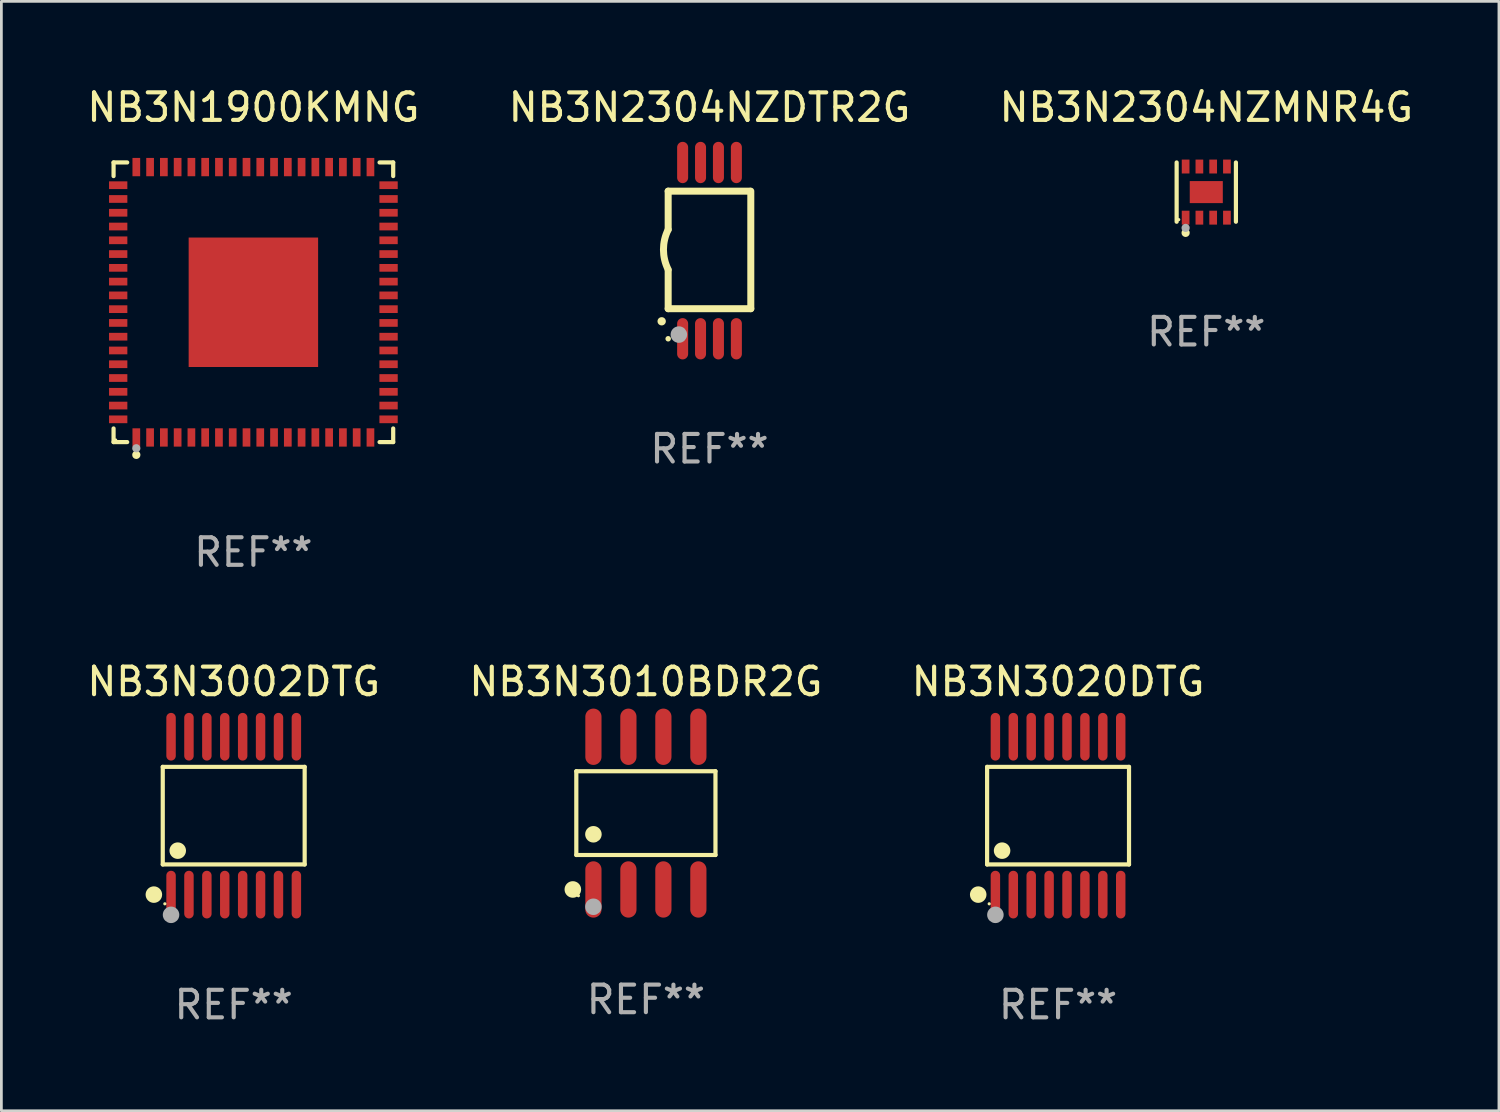
<source format=kicad_pcb>
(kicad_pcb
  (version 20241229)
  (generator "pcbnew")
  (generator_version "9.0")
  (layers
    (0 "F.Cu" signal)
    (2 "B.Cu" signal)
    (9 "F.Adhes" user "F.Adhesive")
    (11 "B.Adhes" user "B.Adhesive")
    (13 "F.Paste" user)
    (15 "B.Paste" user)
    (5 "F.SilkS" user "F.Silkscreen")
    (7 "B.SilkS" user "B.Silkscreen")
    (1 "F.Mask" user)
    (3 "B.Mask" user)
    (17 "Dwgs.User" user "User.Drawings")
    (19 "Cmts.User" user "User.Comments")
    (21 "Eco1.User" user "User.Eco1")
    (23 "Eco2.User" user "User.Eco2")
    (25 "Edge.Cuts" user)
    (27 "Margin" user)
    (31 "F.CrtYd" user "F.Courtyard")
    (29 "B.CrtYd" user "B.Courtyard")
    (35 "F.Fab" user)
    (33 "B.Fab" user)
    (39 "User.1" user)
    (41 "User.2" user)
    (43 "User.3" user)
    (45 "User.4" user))
  (footprint "NB3N2304NZDTR2G"
    (layer "F.Cu")
    (at 22.708 6.049)
    (property "Reference" "NB3N2304NZDTR2G" (at 0 -5.2 0) (layer "F.SilkS") (effects (font (size 1 1) (thickness 0.15))))
    (attr through_hole)
    (fp_line (start -1.5 -0.762) (end -1.5 -2.159) (stroke (width 0.254) (type solid)) (layer "F.SilkS"))
    (fp_line (start -1.5 2.108) (end -1.5 0.711) (stroke (width 0.254) (type solid)) (layer "F.SilkS"))
    (fp_line (start -1.5 2.108) (end 1.5 2.108) (stroke (width 0.254) (type solid)) (layer "F.SilkS"))
    (fp_line (start 1.463 -2.159) (end -1.5 -2.159) (stroke (width 0.254) (type solid)) (layer "F.SilkS"))
    (fp_line (start 1.5 2.108) (end 1.5 -2.159) (stroke (width 0.254) (type solid)) (layer "F.SilkS"))
    (fp_arc (start -1.737287 2.565405) (mid -1.736017 2.5654) (end -1.734747 2.565405) (stroke (width 0.3) (type solid)) (layer "F.SilkS"))
    (fp_arc (start -1.500076 0.685801) (mid -1.670966 -0.0381) (end -1.500076 -0.762002) (stroke (width 0.254001) (type solid)) (layer "F.SilkS"))
    (fp_circle (center -1.5 3.2) (end -1.45 3.2) (stroke (width 0.1) (type solid)) (fill no) (layer "F.SilkS"))
    (fp_circle (center -1.112 3.048) (end -0.962 3.048) (stroke (width 0.3) (type solid)) (fill no) (layer "F.Fab"))
    (fp_text user "REF**" (at 0 7.2 0) (layer "F.Fab") (effects (font (size 1 1) (thickness 0.15))))
    (pad "1" smd oval (at -0.975 3.2 180) (size 0.4 1.5) (layers "F.Cu" "F.Mask" "F.Paste"))
    (pad "2" smd oval (at -0.325 3.2 180) (size 0.4 1.5) (layers "F.Cu" "F.Mask" "F.Paste"))
    (pad "3" smd oval (at 0.325 3.2 180) (size 0.4 1.5) (layers "F.Cu" "F.Mask" "F.Paste"))
    (pad "4" smd oval (at 0.976 3.2 180) (size 0.4 1.5) (layers "F.Cu" "F.Mask" "F.Paste"))
    (pad "5" smd oval (at 0.976 -3.2 180) (size 0.4 1.5) (layers "F.Cu" "F.Mask" "F.Paste"))
    (pad "6" smd oval (at 0.325 -3.2 180) (size 0.4 1.5) (layers "F.Cu" "F.Mask" "F.Paste"))
    (pad "7" smd oval (at -0.325 -3.2 180) (size 0.4 1.5) (layers "F.Cu" "F.Mask" "F.Paste"))
    (pad "8" smd oval (at -0.975 -3.2 180) (size 0.4 1.5) (layers "F.Cu" "F.Mask" "F.Paste")))
  (footprint "NB3N3002DTG"
    (layer "F.Cu")
    (at 5.435 26.563)
    (property "Reference" "NB3N3002DTG" (at 0 -4.866 0) (layer "F.SilkS") (effects (font (size 1 1) (thickness 0.15))))
    (attr through_hole)
    (fp_line (start -2.576 -1.772) (end 2.576 -1.772) (stroke (width 0.152) (type solid)) (layer "F.SilkS"))
    (fp_line (start -2.576 1.771) (end -2.576 -1.772) (stroke (width 0.152) (type solid)) (layer "F.SilkS"))
    (fp_line (start 2.576 -1.772) (end 2.576 1.771) (stroke (width 0.152) (type solid)) (layer "F.SilkS"))
    (fp_line (start 2.576 1.771) (end -2.576 1.771) (stroke (width 0.152) (type solid)) (layer "F.SilkS"))
    (fp_circle (center -2.899 2.866) (end -2.749 2.866) (stroke (width 0.3) (type solid)) (fill no) (layer "F.SilkS"))
    (fp_circle (center -2.5 3.2) (end -2.47 3.2) (stroke (width 0.06) (type solid)) (fill no) (layer "F.SilkS"))
    (fp_circle (center -2.032 1.27) (end -1.882 1.27) (stroke (width 0.3) (type solid)) (fill no) (layer "F.SilkS"))
    (fp_circle (center -2.275 3.6) (end -2.125 3.6) (stroke (width 0.3) (type solid)) (fill no) (layer "F.Fab"))
    (fp_text user "REF**" (at 0 6.866 0) (layer "F.Fab") (effects (font (size 1 1) (thickness 0.15))))
    (pad "1" smd oval (at -2.275 2.866) (size 0.343 1.731) (layers "F.Cu" "F.Mask" "F.Paste"))
    (pad "2" smd oval (at -1.625 2.866) (size 0.343 1.731) (layers "F.Cu" "F.Mask" "F.Paste"))
    (pad "3" smd oval (at -0.975 2.866) (size 0.343 1.731) (layers "F.Cu" "F.Mask" "F.Paste"))
    (pad "4" smd oval (at -0.325 2.866) (size 0.343 1.731) (layers "F.Cu" "F.Mask" "F.Paste"))
    (pad "5" smd oval (at 0.325 2.866) (size 0.343 1.731) (layers "F.Cu" "F.Mask" "F.Paste"))
    (pad "6" smd oval (at 0.975 2.866) (size 0.343 1.731) (layers "F.Cu" "F.Mask" "F.Paste"))
    (pad "7" smd oval (at 1.625 2.866) (size 0.343 1.731) (layers "F.Cu" "F.Mask" "F.Paste"))
    (pad "8" smd oval (at 2.275 2.866) (size 0.343 1.731) (layers "F.Cu" "F.Mask" "F.Paste"))
    (pad "9" smd oval (at 2.275 -2.866) (size 0.343 1.731) (layers "F.Cu" "F.Mask" "F.Paste"))
    (pad "10" smd oval (at 1.625 -2.866) (size 0.343 1.731) (layers "F.Cu" "F.Mask" "F.Paste"))
    (pad "11" smd oval (at 0.975 -2.866) (size 0.343 1.731) (layers "F.Cu" "F.Mask" "F.Paste"))
    (pad "12" smd oval (at 0.325 -2.866) (size 0.343 1.731) (layers "F.Cu" "F.Mask" "F.Paste"))
    (pad "13" smd oval (at -0.325 -2.866) (size 0.343 1.731) (layers "F.Cu" "F.Mask" "F.Paste"))
    (pad "14" smd oval (at -0.975 -2.866) (size 0.343 1.731) (layers "F.Cu" "F.Mask" "F.Paste"))
    (pad "15" smd oval (at -1.625 -2.866) (size 0.343 1.731) (layers "F.Cu" "F.Mask" "F.Paste"))
    (pad "16" smd oval (at -2.275 -2.866) (size 0.343 1.731) (layers "F.Cu" "F.Mask" "F.Paste")))
  (footprint "NB3N3020DTG"
    (layer "F.Cu")
    (at 35.363 26.563)
    (property "Reference" "NB3N3020DTG" (at 0 -4.866 0) (layer "F.SilkS") (effects (font (size 1 1) (thickness 0.15))))
    (attr through_hole)
    (fp_line (start -2.576 -1.772) (end 2.576 -1.772) (stroke (width 0.152) (type solid)) (layer "F.SilkS"))
    (fp_line (start -2.576 1.771) (end -2.576 -1.772) (stroke (width 0.152) (type solid)) (layer "F.SilkS"))
    (fp_line (start 2.576 -1.772) (end 2.576 1.771) (stroke (width 0.152) (type solid)) (layer "F.SilkS"))
    (fp_line (start 2.576 1.771) (end -2.576 1.771) (stroke (width 0.152) (type solid)) (layer "F.SilkS"))
    (fp_circle (center -2.899 2.866) (end -2.749 2.866) (stroke (width 0.3) (type solid)) (fill no) (layer "F.SilkS"))
    (fp_circle (center -2.5 3.2) (end -2.47 3.2) (stroke (width 0.06) (type solid)) (fill no) (layer "F.SilkS"))
    (fp_circle (center -2.032 1.27) (end -1.882 1.27) (stroke (width 0.3) (type solid)) (fill no) (layer "F.SilkS"))
    (fp_circle (center -2.275 3.6) (end -2.125 3.6) (stroke (width 0.3) (type solid)) (fill no) (layer "F.Fab"))
    (fp_text user "REF**" (at 0 6.866 0) (layer "F.Fab") (effects (font (size 1 1) (thickness 0.15))))
    (pad "1" smd oval (at -2.275 2.866) (size 0.343 1.731) (layers "F.Cu" "F.Mask" "F.Paste"))
    (pad "2" smd oval (at -1.625 2.866) (size 0.343 1.731) (layers "F.Cu" "F.Mask" "F.Paste"))
    (pad "3" smd oval (at -0.975 2.866) (size 0.343 1.731) (layers "F.Cu" "F.Mask" "F.Paste"))
    (pad "4" smd oval (at -0.325 2.866) (size 0.343 1.731) (layers "F.Cu" "F.Mask" "F.Paste"))
    (pad "5" smd oval (at 0.325 2.866) (size 0.343 1.731) (layers "F.Cu" "F.Mask" "F.Paste"))
    (pad "6" smd oval (at 0.975 2.866) (size 0.343 1.731) (layers "F.Cu" "F.Mask" "F.Paste"))
    (pad "7" smd oval (at 1.625 2.866) (size 0.343 1.731) (layers "F.Cu" "F.Mask" "F.Paste"))
    (pad "8" smd oval (at 2.275 2.866) (size 0.343 1.731) (layers "F.Cu" "F.Mask" "F.Paste"))
    (pad "9" smd oval (at 2.275 -2.866) (size 0.343 1.731) (layers "F.Cu" "F.Mask" "F.Paste"))
    (pad "10" smd oval (at 1.625 -2.866) (size 0.343 1.731) (layers "F.Cu" "F.Mask" "F.Paste"))
    (pad "11" smd oval (at 0.975 -2.866) (size 0.343 1.731) (layers "F.Cu" "F.Mask" "F.Paste"))
    (pad "12" smd oval (at 0.325 -2.866) (size 0.343 1.731) (layers "F.Cu" "F.Mask" "F.Paste"))
    (pad "13" smd oval (at -0.325 -2.866) (size 0.343 1.731) (layers "F.Cu" "F.Mask" "F.Paste"))
    (pad "14" smd oval (at -0.975 -2.866) (size 0.343 1.731) (layers "F.Cu" "F.Mask" "F.Paste"))
    (pad "15" smd oval (at -1.625 -2.866) (size 0.343 1.731) (layers "F.Cu" "F.Mask" "F.Paste"))
    (pad "16" smd oval (at -2.275 -2.866) (size 0.343 1.731) (layers "F.Cu" "F.Mask" "F.Paste")))
  (footprint "NB3N2304NZMNR4G"
    (layer "F.Cu")
    (at 40.744 3.924)
    (property "Reference" "NB3N2304NZMNR4G" (at 0 -3.076 0) (layer "F.SilkS") (effects (font (size 1 1) (thickness 0.15))))
    (attr through_hole)
    (fp_line (start -1.076 1.076) (end -1.076 -1.076) (stroke (width 0.152) (type solid)) (layer "F.SilkS"))
    (fp_line (start 1.076 1.076) (end 1.076 -1.076) (stroke (width 0.152) (type solid)) (layer "F.SilkS"))
    (fp_circle (center -1 1) (end -0.97 1) (stroke (width 0.06) (type solid)) (fill no) (layer "F.SilkS"))
    (fp_circle (center -0.75 1.48) (end -0.675 1.48) (stroke (width 0.15) (type solid)) (fill no) (layer "F.SilkS"))
    (fp_circle (center -0.75 1.3) (end -0.675 1.3) (stroke (width 0.15) (type solid)) (fill no) (layer "F.Fab"))
    (fp_text user "REF**" (at 0 5.076 0) (layer "F.Fab") (effects (font (size 1 1) (thickness 0.15))))
    (pad "1" smd rect (at -0.75 0.928) (size 0.28 0.505) (layers "F.Cu" "F.Mask" "F.Paste"))
    (pad "2" smd rect (at -0.25 0.928) (size 0.28 0.505) (layers "F.Cu" "F.Mask" "F.Paste"))
    (pad "3" smd rect (at 0.25 0.928) (size 0.28 0.505) (layers "F.Cu" "F.Mask" "F.Paste"))
    (pad "4" smd rect (at 0.75 0.928) (size 0.28 0.505) (layers "F.Cu" "F.Mask" "F.Paste"))
    (pad "5" smd rect (at 0.75 -0.928) (size 0.28 0.505) (layers "F.Cu" "F.Mask" "F.Paste"))
    (pad "6" smd rect (at 0.25 -0.928) (size 0.28 0.505) (layers "F.Cu" "F.Mask" "F.Paste"))
    (pad "7" smd rect (at -0.25 -0.928) (size 0.28 0.505) (layers "F.Cu" "F.Mask" "F.Paste"))
    (pad "8" smd rect (at -0.75 -0.928) (size 0.28 0.505) (layers "F.Cu" "F.Mask" "F.Paste"))
    (pad "9" smd rect (at 0 0) (size 1.2 0.8) (layers "F.Cu" "F.Mask" "F.Paste")))
  (footprint "NB3N3010BDR2G"
    (layer "F.Cu")
    (at 20.399 26.47)
    (property "Reference" "NB3N3010BDR2G" (at 0 -4.772 0) (layer "F.SilkS") (effects (font (size 1 1) (thickness 0.15))))
    (attr through_hole)
    (fp_line (start -2.526 -1.521) (end 2.526 -1.521) (stroke (width 0.152) (type solid)) (layer "F.SilkS"))
    (fp_line (start -2.526 1.521) (end -2.526 -1.521) (stroke (width 0.152) (type solid)) (layer "F.SilkS"))
    (fp_line (start 2.526 -1.521) (end 2.526 1.521) (stroke (width 0.152) (type solid)) (layer "F.SilkS"))
    (fp_line (start 2.526 1.521) (end -2.526 1.521) (stroke (width 0.152) (type solid)) (layer "F.SilkS"))
    (fp_circle (center -2.652 2.772) (end -2.501 2.772) (stroke (width 0.3) (type solid)) (fill no) (layer "F.SilkS"))
    (fp_circle (center -2.45 3) (end -2.42 3) (stroke (width 0.06) (type solid)) (fill no) (layer "F.SilkS"))
    (fp_circle (center -1.905 0.769) (end -1.755 0.769) (stroke (width 0.3) (type solid)) (fill no) (layer "F.SilkS"))
    (fp_circle (center -1.905 3.4) (end -1.755 3.4) (stroke (width 0.3) (type solid)) (fill no) (layer "F.Fab"))
    (fp_text user "REF**" (at 0 6.772 0) (layer "F.Fab") (effects (font (size 1 1) (thickness 0.15))))
    (pad "1" smd oval (at -1.905 2.772) (size 0.588 2.045) (layers "F.Cu" "F.Mask" "F.Paste"))
    (pad "2" smd oval (at -0.635 2.772) (size 0.588 2.045) (layers "F.Cu" "F.Mask" "F.Paste"))
    (pad "3" smd oval (at 0.635 2.772) (size 0.588 2.045) (layers "F.Cu" "F.Mask" "F.Paste"))
    (pad "4" smd oval (at 1.905 2.772) (size 0.588 2.045) (layers "F.Cu" "F.Mask" "F.Paste"))
    (pad "5" smd oval (at 1.905 -2.772) (size 0.588 2.045) (layers "F.Cu" "F.Mask" "F.Paste"))
    (pad "6" smd oval (at 0.635 -2.772) (size 0.588 2.045) (layers "F.Cu" "F.Mask" "F.Paste"))
    (pad "7" smd oval (at -0.635 -2.772) (size 0.588 2.045) (layers "F.Cu" "F.Mask" "F.Paste"))
    (pad "8" smd oval (at -1.905 -2.772) (size 0.588 2.045) (layers "F.Cu" "F.Mask" "F.Paste")))
  (footprint "NB3N1900KMNG"
    (layer "F.Cu")
    (at 6.149 7.924)
    (property "Reference" "NB3N1900KMNG" (at 0 -7.076 0) (layer "F.SilkS") (effects (font (size 1 1) (thickness 0.15))))
    (attr through_hole)
    (fp_line (start -5.076 -5.076) (end -4.581 -5.076) (stroke (width 0.152) (type solid)) (layer "F.SilkS"))
    (fp_line (start -5.076 -4.581) (end -5.076 -5.076) (stroke (width 0.152) (type solid)) (layer "F.SilkS"))
    (fp_line (start -5.076 4.581) (end -5.076 5.076) (stroke (width 0.152) (type solid)) (layer "F.SilkS"))
    (fp_line (start -5.076 5.076) (end -4.581 5.076) (stroke (width 0.152) (type solid)) (layer "F.SilkS"))
    (fp_line (start 5.076 -5.076) (end 4.581 -5.076) (stroke (width 0.152) (type solid)) (layer "F.SilkS"))
    (fp_line (start 5.076 -4.581) (end 5.076 -5.076) (stroke (width 0.152) (type solid)) (layer "F.SilkS"))
    (fp_line (start 5.076 4.581) (end 5.076 5.076) (stroke (width 0.152) (type solid)) (layer "F.SilkS"))
    (fp_line (start 5.076 5.076) (end 4.581 5.076) (stroke (width 0.152) (type solid)) (layer "F.SilkS"))
    (fp_circle (center -5 5) (end -4.97 5) (stroke (width 0.06) (type solid)) (fill no) (layer "F.SilkS"))
    (fp_circle (center -4.25 5.54) (end -4.175 5.54) (stroke (width 0.15) (type solid)) (fill no) (layer "F.SilkS"))
    (fp_circle (center -4.25 5.3) (end -4.175 5.3) (stroke (width 0.15) (type solid)) (fill no) (layer "F.Fab"))
    (fp_text user "REF**" (at 0 9.076 0) (layer "F.Fab") (effects (font (size 1 1) (thickness 0.15))))
    (pad "1" smd rect (at -4.25 4.908) (size 0.28 0.665) (layers "F.Cu" "F.Mask" "F.Paste"))
    (pad "2" smd rect (at -3.75 4.908) (size 0.28 0.665) (layers "F.Cu" "F.Mask" "F.Paste"))
    (pad "3" smd rect (at -3.25 4.908) (size 0.28 0.665) (layers "F.Cu" "F.Mask" "F.Paste"))
    (pad "4" smd rect (at -2.75 4.908) (size 0.28 0.665) (layers "F.Cu" "F.Mask" "F.Paste"))
    (pad "5" smd rect (at -2.25 4.908) (size 0.28 0.665) (layers "F.Cu" "F.Mask" "F.Paste"))
    (pad "6" smd rect (at -1.75 4.908) (size 0.28 0.665) (layers "F.Cu" "F.Mask" "F.Paste"))
    (pad "7" smd rect (at -1.25 4.908) (size 0.28 0.665) (layers "F.Cu" "F.Mask" "F.Paste"))
    (pad "8" smd rect (at -0.75 4.908) (size 0.28 0.665) (layers "F.Cu" "F.Mask" "F.Paste"))
    (pad "9" smd rect (at -0.25 4.908) (size 0.28 0.665) (layers "F.Cu" "F.Mask" "F.Paste"))
    (pad "10" smd rect (at 0.25 4.908) (size 0.28 0.665) (layers "F.Cu" "F.Mask" "F.Paste"))
    (pad "11" smd rect (at 0.75 4.908) (size 0.28 0.665) (layers "F.Cu" "F.Mask" "F.Paste"))
    (pad "12" smd rect (at 1.25 4.908) (size 0.28 0.665) (layers "F.Cu" "F.Mask" "F.Paste"))
    (pad "13" smd rect (at 1.75 4.908) (size 0.28 0.665) (layers "F.Cu" "F.Mask" "F.Paste"))
    (pad "14" smd rect (at 2.25 4.908) (size 0.28 0.665) (layers "F.Cu" "F.Mask" "F.Paste"))
    (pad "15" smd rect (at 2.75 4.908) (size 0.28 0.665) (layers "F.Cu" "F.Mask" "F.Paste"))
    (pad "16" smd rect (at 3.25 4.908) (size 0.28 0.665) (layers "F.Cu" "F.Mask" "F.Paste"))
    (pad "17" smd rect (at 3.75 4.908) (size 0.28 0.665) (layers "F.Cu" "F.Mask" "F.Paste"))
    (pad "18" smd rect (at 4.25 4.908) (size 0.28 0.665) (layers "F.Cu" "F.Mask" "F.Paste"))
    (pad "19" smd rect (at 4.908 4.25) (size 0.665 0.28) (layers "F.Cu" "F.Mask" "F.Paste"))
    (pad "20" smd rect (at 4.908 3.75) (size 0.665 0.28) (layers "F.Cu" "F.Mask" "F.Paste"))
    (pad "21" smd rect (at 4.908 3.25) (size 0.665 0.28) (layers "F.Cu" "F.Mask" "F.Paste"))
    (pad "22" smd rect (at 4.908 2.75) (size 0.665 0.28) (layers "F.Cu" "F.Mask" "F.Paste"))
    (pad "23" smd rect (at 4.908 2.25) (size 0.665 0.28) (layers "F.Cu" "F.Mask" "F.Paste"))
    (pad "24" smd rect (at 4.908 1.75) (size 0.665 0.28) (layers "F.Cu" "F.Mask" "F.Paste"))
    (pad "25" smd rect (at 4.908 1.25) (size 0.665 0.28) (layers "F.Cu" "F.Mask" "F.Paste"))
    (pad "26" smd rect (at 4.908 0.75) (size 0.665 0.28) (layers "F.Cu" "F.Mask" "F.Paste"))
    (pad "27" smd rect (at 4.908 0.25) (size 0.665 0.28) (layers "F.Cu" "F.Mask" "F.Paste"))
    (pad "28" smd rect (at 4.908 -0.25) (size 0.665 0.28) (layers "F.Cu" "F.Mask" "F.Paste"))
    (pad "29" smd rect (at 4.908 -0.75) (size 0.665 0.28) (layers "F.Cu" "F.Mask" "F.Paste"))
    (pad "30" smd rect (at 4.908 -1.25) (size 0.665 0.28) (layers "F.Cu" "F.Mask" "F.Paste"))
    (pad "31" smd rect (at 4.908 -1.75) (size 0.665 0.28) (layers "F.Cu" "F.Mask" "F.Paste"))
    (pad "32" smd rect (at 4.908 -2.25) (size 0.665 0.28) (layers "F.Cu" "F.Mask" "F.Paste"))
    (pad "33" smd rect (at 4.908 -2.75) (size 0.665 0.28) (layers "F.Cu" "F.Mask" "F.Paste"))
    (pad "34" smd rect (at 4.908 -3.25) (size 0.665 0.28) (layers "F.Cu" "F.Mask" "F.Paste"))
    (pad "35" smd rect (at 4.908 -3.75) (size 0.665 0.28) (layers "F.Cu" "F.Mask" "F.Paste"))
    (pad "36" smd rect (at 4.908 -4.25) (size 0.665 0.28) (layers "F.Cu" "F.Mask" "F.Paste"))
    (pad "37" smd rect (at 4.25 -4.908) (size 0.28 0.665) (layers "F.Cu" "F.Mask" "F.Paste"))
    (pad "38" smd rect (at 3.75 -4.908) (size 0.28 0.665) (layers "F.Cu" "F.Mask" "F.Paste"))
    (pad "39" smd rect (at 3.25 -4.908) (size 0.28 0.665) (layers "F.Cu" "F.Mask" "F.Paste"))
    (pad "40" smd rect (at 2.75 -4.908) (size 0.28 0.665) (layers "F.Cu" "F.Mask" "F.Paste"))
    (pad "41" smd rect (at 2.25 -4.908) (size 0.28 0.665) (layers "F.Cu" "F.Mask" "F.Paste"))
    (pad "42" smd rect (at 1.75 -4.908) (size 0.28 0.665) (layers "F.Cu" "F.Mask" "F.Paste"))
    (pad "43" smd rect (at 1.25 -4.908) (size 0.28 0.665) (layers "F.Cu" "F.Mask" "F.Paste"))
    (pad "44" smd rect (at 0.75 -4.908) (size 0.28 0.665) (layers "F.Cu" "F.Mask" "F.Paste"))
    (pad "45" smd rect (at 0.25 -4.908) (size 0.28 0.665) (layers "F.Cu" "F.Mask" "F.Paste"))
    (pad "46" smd rect (at -0.25 -4.908) (size 0.28 0.665) (layers "F.Cu" "F.Mask" "F.Paste"))
    (pad "47" smd rect (at -0.75 -4.908) (size 0.28 0.665) (layers "F.Cu" "F.Mask" "F.Paste"))
    (pad "48" smd rect (at -1.25 -4.908) (size 0.28 0.665) (layers "F.Cu" "F.Mask" "F.Paste"))
    (pad "49" smd rect (at -1.75 -4.908) (size 0.28 0.665) (layers "F.Cu" "F.Mask" "F.Paste"))
    (pad "50" smd rect (at -2.25 -4.908) (size 0.28 0.665) (layers "F.Cu" "F.Mask" "F.Paste"))
    (pad "51" smd rect (at -2.75 -4.908) (size 0.28 0.665) (layers "F.Cu" "F.Mask" "F.Paste"))
    (pad "52" smd rect (at -3.25 -4.908) (size 0.28 0.665) (layers "F.Cu" "F.Mask" "F.Paste"))
    (pad "53" smd rect (at -3.75 -4.908) (size 0.28 0.665) (layers "F.Cu" "F.Mask" "F.Paste"))
    (pad "54" smd rect (at -4.25 -4.908) (size 0.28 0.665) (layers "F.Cu" "F.Mask" "F.Paste"))
    (pad "55" smd rect (at -4.908 -4.25) (size 0.665 0.28) (layers "F.Cu" "F.Mask" "F.Paste"))
    (pad "56" smd rect (at -4.908 -3.75) (size 0.665 0.28) (layers "F.Cu" "F.Mask" "F.Paste"))
    (pad "57" smd rect (at -4.908 -3.25) (size 0.665 0.28) (layers "F.Cu" "F.Mask" "F.Paste"))
    (pad "58" smd rect (at -4.908 -2.75) (size 0.665 0.28) (layers "F.Cu" "F.Mask" "F.Paste"))
    (pad "59" smd rect (at -4.908 -2.25) (size 0.665 0.28) (layers "F.Cu" "F.Mask" "F.Paste"))
    (pad "60" smd rect (at -4.908 -1.75) (size 0.665 0.28) (layers "F.Cu" "F.Mask" "F.Paste"))
    (pad "61" smd rect (at -4.908 -1.25) (size 0.665 0.28) (layers "F.Cu" "F.Mask" "F.Paste"))
    (pad "62" smd rect (at -4.908 -0.75) (size 0.665 0.28) (layers "F.Cu" "F.Mask" "F.Paste"))
    (pad "63" smd rect (at -4.908 -0.25) (size 0.665 0.28) (layers "F.Cu" "F.Mask" "F.Paste"))
    (pad "64" smd rect (at -4.908 0.25) (size 0.665 0.28) (layers "F.Cu" "F.Mask" "F.Paste"))
    (pad "65" smd rect (at -4.908 0.75) (size 0.665 0.28) (layers "F.Cu" "F.Mask" "F.Paste"))
    (pad "66" smd rect (at -4.908 1.25) (size 0.665 0.28) (layers "F.Cu" "F.Mask" "F.Paste"))
    (pad "67" smd rect (at -4.908 1.75) (size 0.665 0.28) (layers "F.Cu" "F.Mask" "F.Paste"))
    (pad "68" smd rect (at -4.908 2.25) (size 0.665 0.28) (layers "F.Cu" "F.Mask" "F.Paste"))
    (pad "69" smd rect (at -4.908 2.75) (size 0.665 0.28) (layers "F.Cu" "F.Mask" "F.Paste"))
    (pad "70" smd rect (at -4.908 3.25) (size 0.665 0.28) (layers "F.Cu" "F.Mask" "F.Paste"))
    (pad "71" smd rect (at -4.908 3.75) (size 0.665 0.28) (layers "F.Cu" "F.Mask" "F.Paste"))
    (pad "72" smd rect (at -4.908 4.25) (size 0.665 0.28) (layers "F.Cu" "F.Mask" "F.Paste"))
    (pad "73" smd rect (at 0 0) (size 4.7 4.7) (layers "F.Cu" "F.Mask" "F.Paste")))
  (gr_rect
    (start -3 -3)
    (end 51.369 37.277)
    (stroke (width 0.1) (type default))
    (fill no)
    (layer "Edge.Cuts")))
</source>
